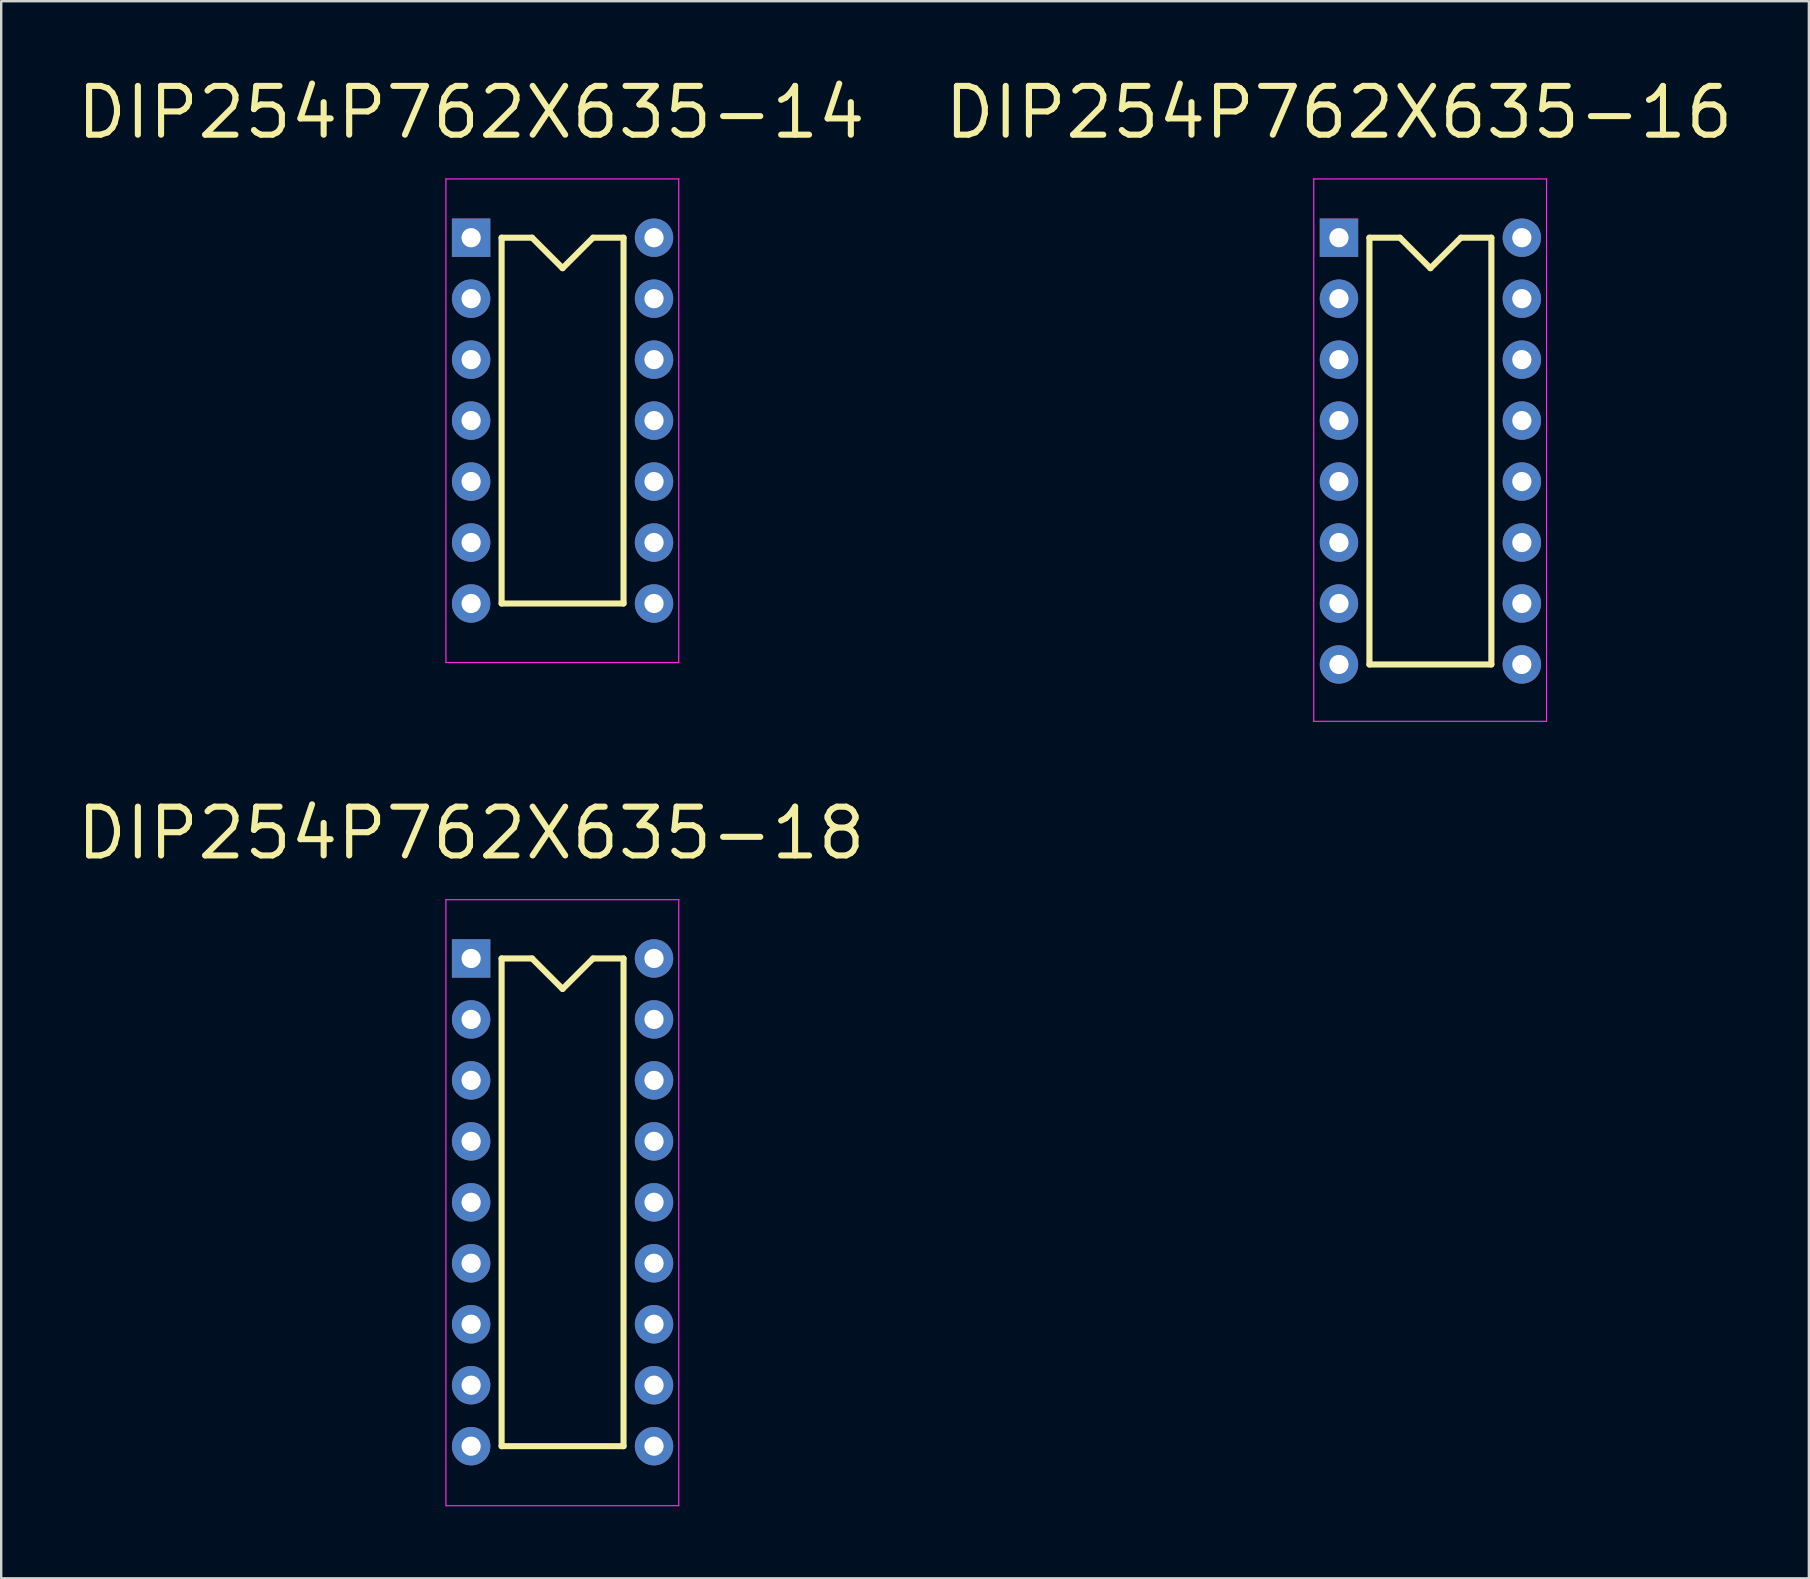
<source format=kicad_pcb>
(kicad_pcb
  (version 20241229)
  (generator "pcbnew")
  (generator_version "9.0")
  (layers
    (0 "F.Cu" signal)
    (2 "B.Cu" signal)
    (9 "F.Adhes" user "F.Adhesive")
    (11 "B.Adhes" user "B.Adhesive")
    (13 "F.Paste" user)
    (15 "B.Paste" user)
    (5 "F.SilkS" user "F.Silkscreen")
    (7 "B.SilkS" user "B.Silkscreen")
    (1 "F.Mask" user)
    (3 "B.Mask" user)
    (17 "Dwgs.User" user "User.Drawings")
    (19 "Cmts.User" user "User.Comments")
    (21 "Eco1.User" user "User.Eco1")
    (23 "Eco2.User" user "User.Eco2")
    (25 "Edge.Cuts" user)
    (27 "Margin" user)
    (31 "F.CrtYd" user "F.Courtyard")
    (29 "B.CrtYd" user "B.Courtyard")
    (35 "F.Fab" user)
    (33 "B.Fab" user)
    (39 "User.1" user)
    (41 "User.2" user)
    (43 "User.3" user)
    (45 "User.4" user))
  (footprint "DIP254P762X635-14"
    (layer "F.Cu")
    (at 16.579 6.854)
    (property "Reference" "DIP254P762X635-14" (at 0 -5.22 0) (unlocked yes) (layer "F.SilkS") (effects (font (size 2.032 2.032) (thickness 0.254))))
    (attr through_hole)
    (fp_line (start 1.27 0) (end 1.27 15.24) (stroke (width 0.254) (type solid)) (layer "F.SilkS"))
    (fp_line (start 1.27 0) (end 2.54 0) (stroke (width 0.254) (type default)) (layer "F.SilkS"))
    (fp_line (start 1.27 15.24) (end 6.35 15.24) (stroke (width 0.254) (type default)) (layer "F.SilkS"))
    (fp_line (start 2.54 0) (end 3.81 1.27) (stroke (width 0.254) (type default)) (layer "F.SilkS"))
    (fp_line (start 3.81 1.27) (end 5.08 0) (stroke (width 0.254) (type default)) (layer "F.SilkS"))
    (fp_line (start 5.08 0) (end 6.35 0) (stroke (width 0.254) (type default)) (layer "F.SilkS"))
    (fp_line (start 6.35 0) (end 6.35 15.24) (stroke (width 0.254) (type default)) (layer "F.SilkS"))
    (fp_line (start -1.05 -2.45) (end -1.05 17.7) (stroke (width 0.05) (type solid)) (layer "F.CrtYd"))
    (fp_line (start -1.05 -2.45) (end 8.65 -2.45) (stroke (width 0.05) (type solid)) (layer "F.CrtYd"))
    (fp_line (start -1.05 17.7) (end 8.65 17.7) (stroke (width 0.05) (type solid)) (layer "F.CrtYd"))
    (fp_line (start 8.65 -2.45) (end 8.65 17.7) (stroke (width 0.05) (type solid)) (layer "F.CrtYd"))
    (pad "1" thru_hole rect (at 0 0) (size 1.6 1.6) (drill 0.8) (layers "*.Cu" "*.Mask"))
    (pad "2" thru_hole oval (at 0 2.54) (size 1.6 1.6) (drill 0.8) (layers "*.Cu" "*.Mask"))
    (pad "3" thru_hole oval (at 0 5.08) (size 1.6 1.6) (drill 0.8) (layers "*.Cu" "*.Mask"))
    (pad "4" thru_hole oval (at 0 7.62) (size 1.6 1.6) (drill 0.8) (layers "*.Cu" "*.Mask"))
    (pad "5" thru_hole oval (at 0 10.16) (size 1.6 1.6) (drill 0.8) (layers "*.Cu" "*.Mask"))
    (pad "6" thru_hole oval (at 0 12.7) (size 1.6 1.6) (drill 0.8) (layers "*.Cu" "*.Mask"))
    (pad "7" thru_hole oval (at 0 15.24) (size 1.6 1.6) (drill 0.8) (layers "*.Cu" "*.Mask"))
    (pad "8" thru_hole oval (at 7.62 15.24) (size 1.6 1.6) (drill 0.8) (layers "*.Cu" "*.Mask"))
    (pad "9" thru_hole oval (at 7.62 12.7) (size 1.6 1.6) (drill 0.8) (layers "*.Cu" "*.Mask"))
    (pad "10" thru_hole oval (at 7.62 10.16) (size 1.6 1.6) (drill 0.8) (layers "*.Cu" "*.Mask"))
    (pad "11" thru_hole oval (at 7.62 7.62) (size 1.6 1.6) (drill 0.8) (layers "*.Cu" "*.Mask"))
    (pad "12" thru_hole oval (at 7.62 5.08) (size 1.6 1.6) (drill 0.8) (layers "*.Cu" "*.Mask"))
    (pad "13" thru_hole oval (at 7.62 2.54) (size 1.6 1.6) (drill 0.8) (layers "*.Cu" "*.Mask"))
    (pad "14" thru_hole oval (at 7.62 0) (size 1.6 1.6) (drill 0.8) (layers "*.Cu" "*.Mask")))
  (footprint "DIP254P762X635-16"
    (layer "F.Cu")
    (at 52.737 6.854)
    (property "Reference" "DIP254P762X635-16" (at 0 -5.22 0) (unlocked yes) (layer "F.SilkS") (effects (font (size 2.032 2.032) (thickness 0.254))))
    (attr through_hole)
    (fp_line (start 1.27 0) (end 1.27 17.78) (stroke (width 0.254) (type solid)) (layer "F.SilkS"))
    (fp_line (start 1.27 0) (end 2.54 0) (stroke (width 0.254) (type default)) (layer "F.SilkS"))
    (fp_line (start 1.27 17.78) (end 6.35 17.78) (stroke (width 0.254) (type default)) (layer "F.SilkS"))
    (fp_line (start 2.54 0) (end 3.81 1.27) (stroke (width 0.254) (type default)) (layer "F.SilkS"))
    (fp_line (start 3.81 1.27) (end 5.08 0) (stroke (width 0.254) (type default)) (layer "F.SilkS"))
    (fp_line (start 5.08 0) (end 6.35 0) (stroke (width 0.254) (type default)) (layer "F.SilkS"))
    (fp_line (start 6.35 0) (end 6.35 17.78) (stroke (width 0.254) (type default)) (layer "F.SilkS"))
    (fp_line (start -1.05 -2.45) (end -1.05 20.15) (stroke (width 0.05) (type solid)) (layer "F.CrtYd"))
    (fp_line (start -1.05 -2.45) (end 8.65 -2.45) (stroke (width 0.05) (type solid)) (layer "F.CrtYd"))
    (fp_line (start -1.05 20.15) (end 8.65 20.15) (stroke (width 0.05) (type solid)) (layer "F.CrtYd"))
    (fp_line (start 8.65 -2.45) (end 8.65 20.15) (stroke (width 0.05) (type solid)) (layer "F.CrtYd"))
    (pad "1" thru_hole rect (at 0 0) (size 1.6 1.6) (drill 0.8) (layers "*.Cu" "*.Mask"))
    (pad "2" thru_hole oval (at 0 2.54) (size 1.6 1.6) (drill 0.8) (layers "*.Cu" "*.Mask"))
    (pad "3" thru_hole oval (at 0 5.08) (size 1.6 1.6) (drill 0.8) (layers "*.Cu" "*.Mask"))
    (pad "4" thru_hole oval (at 0 7.62) (size 1.6 1.6) (drill 0.8) (layers "*.Cu" "*.Mask"))
    (pad "5" thru_hole oval (at 0 10.16) (size 1.6 1.6) (drill 0.8) (layers "*.Cu" "*.Mask"))
    (pad "6" thru_hole oval (at 0 12.7) (size 1.6 1.6) (drill 0.8) (layers "*.Cu" "*.Mask"))
    (pad "7" thru_hole oval (at 0 15.24) (size 1.6 1.6) (drill 0.8) (layers "*.Cu" "*.Mask"))
    (pad "8" thru_hole oval (at 0 17.78) (size 1.6 1.6) (drill 0.8) (layers "*.Cu" "*.Mask"))
    (pad "9" thru_hole oval (at 7.62 17.78) (size 1.6 1.6) (drill 0.8) (layers "*.Cu" "*.Mask"))
    (pad "10" thru_hole oval (at 7.62 15.24) (size 1.6 1.6) (drill 0.8) (layers "*.Cu" "*.Mask"))
    (pad "11" thru_hole oval (at 7.62 12.7) (size 1.6 1.6) (drill 0.8) (layers "*.Cu" "*.Mask"))
    (pad "12" thru_hole oval (at 7.62 10.16) (size 1.6 1.6) (drill 0.8) (layers "*.Cu" "*.Mask"))
    (pad "13" thru_hole oval (at 7.62 7.62) (size 1.6 1.6) (drill 0.8) (layers "*.Cu" "*.Mask"))
    (pad "14" thru_hole oval (at 7.62 5.08) (size 1.6 1.6) (drill 0.8) (layers "*.Cu" "*.Mask"))
    (pad "15" thru_hole oval (at 7.62 2.54) (size 1.6 1.6) (drill 0.8) (layers "*.Cu" "*.Mask"))
    (pad "16" thru_hole oval (at 7.62 0) (size 1.6 1.6) (drill 0.8) (layers "*.Cu" "*.Mask")))
  (footprint "DIP254P762X635-18"
    (layer "F.Cu")
    (at 16.579 36.884)
    (property "Reference" "DIP254P762X635-18" (at 0 -5.22 0) (unlocked yes) (layer "F.SilkS") (effects (font (size 2.032 2.032) (thickness 0.254))))
    (attr through_hole)
    (fp_line (start 1.27 0) (end 1.27 20.32) (stroke (width 0.254) (type solid)) (layer "F.SilkS"))
    (fp_line (start 1.27 0) (end 2.54 0) (stroke (width 0.254) (type default)) (layer "F.SilkS"))
    (fp_line (start 1.27 20.32) (end 6.35 20.32) (stroke (width 0.254) (type default)) (layer "F.SilkS"))
    (fp_line (start 2.54 0) (end 3.81 1.27) (stroke (width 0.254) (type default)) (layer "F.SilkS"))
    (fp_line (start 3.81 1.27) (end 5.08 0) (stroke (width 0.254) (type default)) (layer "F.SilkS"))
    (fp_line (start 5.08 0) (end 6.35 0) (stroke (width 0.254) (type default)) (layer "F.SilkS"))
    (fp_line (start 6.35 0) (end 6.35 20.32) (stroke (width 0.254) (type default)) (layer "F.SilkS"))
    (fp_line (start -1.05 -2.45) (end -1.05 22.8) (stroke (width 0.05) (type solid)) (layer "F.CrtYd"))
    (fp_line (start -1.05 -2.45) (end 8.65 -2.45) (stroke (width 0.05) (type solid)) (layer "F.CrtYd"))
    (fp_line (start -1.05 22.8) (end 8.65 22.8) (stroke (width 0.05) (type solid)) (layer "F.CrtYd"))
    (fp_line (start 8.65 -2.45) (end 8.65 22.8) (stroke (width 0.05) (type solid)) (layer "F.CrtYd"))
    (pad "1" thru_hole rect (at 0 0) (size 1.6 1.6) (drill 0.8) (layers "*.Cu" "*.Mask"))
    (pad "2" thru_hole oval (at 0 2.54) (size 1.6 1.6) (drill 0.8) (layers "*.Cu" "*.Mask"))
    (pad "3" thru_hole oval (at 0 5.08) (size 1.6 1.6) (drill 0.8) (layers "*.Cu" "*.Mask"))
    (pad "4" thru_hole oval (at 0 7.62) (size 1.6 1.6) (drill 0.8) (layers "*.Cu" "*.Mask"))
    (pad "5" thru_hole oval (at 0 10.16) (size 1.6 1.6) (drill 0.8) (layers "*.Cu" "*.Mask"))
    (pad "6" thru_hole oval (at 0 12.7) (size 1.6 1.6) (drill 0.8) (layers "*.Cu" "*.Mask"))
    (pad "7" thru_hole oval (at 0 15.24) (size 1.6 1.6) (drill 0.8) (layers "*.Cu" "*.Mask"))
    (pad "8" thru_hole oval (at 0 17.78) (size 1.6 1.6) (drill 0.8) (layers "*.Cu" "*.Mask"))
    (pad "9" thru_hole oval (at 0 20.32) (size 1.6 1.6) (drill 0.8) (layers "*.Cu" "*.Mask"))
    (pad "10" thru_hole oval (at 7.62 20.32) (size 1.6 1.6) (drill 0.8) (layers "*.Cu" "*.Mask"))
    (pad "11" thru_hole oval (at 7.62 17.78) (size 1.6 1.6) (drill 0.8) (layers "*.Cu" "*.Mask"))
    (pad "12" thru_hole oval (at 7.62 15.24) (size 1.6 1.6) (drill 0.8) (layers "*.Cu" "*.Mask"))
    (pad "13" thru_hole oval (at 7.62 12.7) (size 1.6 1.6) (drill 0.8) (layers "*.Cu" "*.Mask"))
    (pad "14" thru_hole oval (at 7.62 10.16) (size 1.6 1.6) (drill 0.8) (layers "*.Cu" "*.Mask"))
    (pad "15" thru_hole oval (at 7.62 7.62) (size 1.6 1.6) (drill 0.8) (layers "*.Cu" "*.Mask"))
    (pad "16" thru_hole oval (at 7.62 5.08) (size 1.6 1.6) (drill 0.8) (layers "*.Cu" "*.Mask"))
    (pad "17" thru_hole oval (at 7.62 2.54) (size 1.6 1.6) (drill 0.8) (layers "*.Cu" "*.Mask"))
    (pad "18" thru_hole oval (at 7.62 0) (size 1.6 1.6) (drill 0.8) (layers "*.Cu" "*.Mask")))
  (gr_rect
    (start -3 -3)
    (end 72.316 62.709)
    (stroke (width 0.1) (type default))
    (fill no)
    (layer "Edge.Cuts")))
</source>
